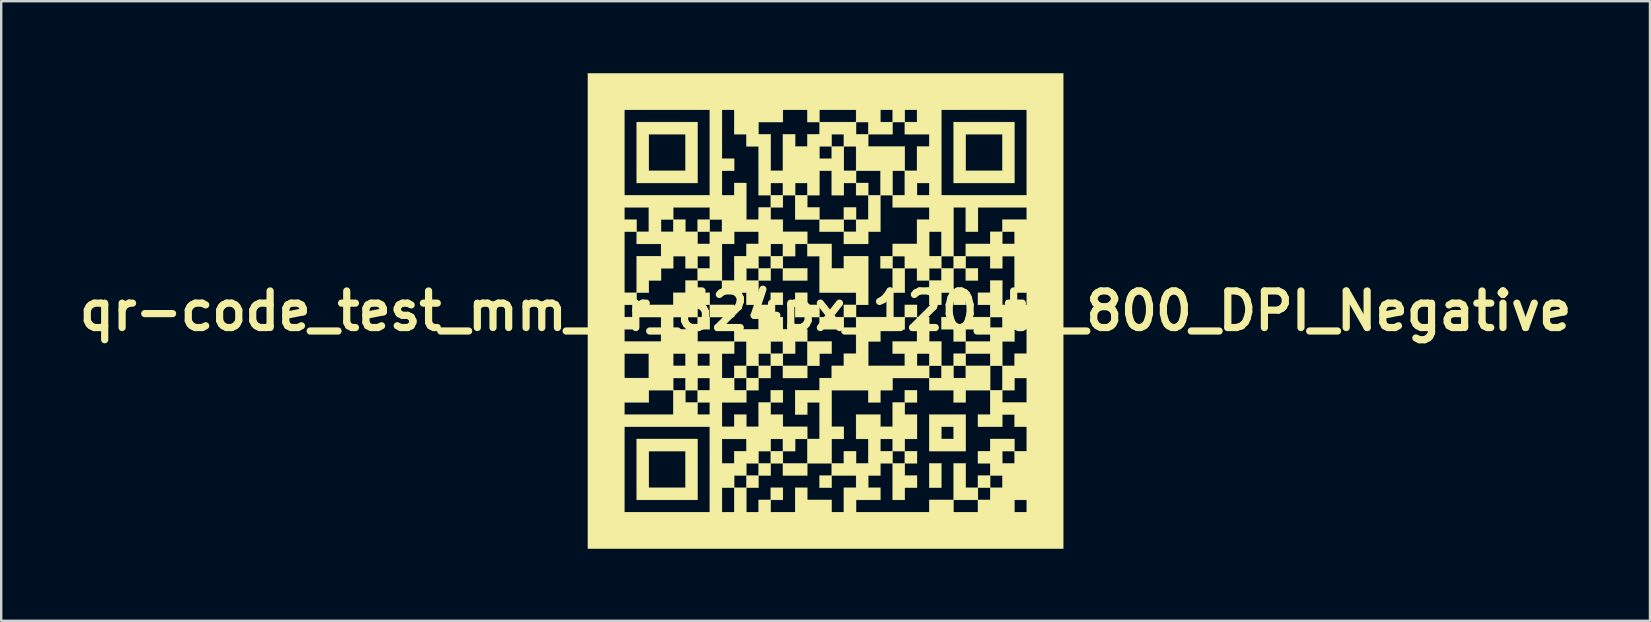
<source format=kicad_pcb>
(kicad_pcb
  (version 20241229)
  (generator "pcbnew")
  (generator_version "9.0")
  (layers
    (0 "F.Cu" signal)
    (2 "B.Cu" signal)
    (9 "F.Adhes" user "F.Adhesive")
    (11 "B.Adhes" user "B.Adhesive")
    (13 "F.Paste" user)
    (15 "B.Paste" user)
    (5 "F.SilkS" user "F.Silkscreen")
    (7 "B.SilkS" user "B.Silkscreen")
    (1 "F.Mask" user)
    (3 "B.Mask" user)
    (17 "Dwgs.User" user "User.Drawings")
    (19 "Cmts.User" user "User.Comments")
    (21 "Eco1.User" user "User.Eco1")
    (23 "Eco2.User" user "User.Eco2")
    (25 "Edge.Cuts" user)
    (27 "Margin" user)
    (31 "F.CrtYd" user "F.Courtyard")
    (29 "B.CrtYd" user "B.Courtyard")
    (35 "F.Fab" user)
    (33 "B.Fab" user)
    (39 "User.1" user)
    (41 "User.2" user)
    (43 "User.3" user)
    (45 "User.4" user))
  (footprint "qr-code_test_mm_qr_624px_120_to_800_DPI_Negative"
    (layer "F.Cu")
    (at 31.358 9.911)
    (property "Reference" "qr-code_test_mm_qr_624px_120_to_800_DPI_Negative" (at 0 0 0) (layer "F.SilkS") (effects (font (size 1.524 1.524) (thickness 0.3))))
    (attr through_hole)
    (fp_poly (pts (xy -4.826 -3.302) (xy -5.334 -3.302) (xy -5.334 -3.81) (xy -4.826 -3.81) (xy -4.826 -3.302)) (stroke (width 0.01) (type solid)) (fill yes) (layer "F.SilkS"))
    (fp_poly (pts (xy -4.826 0.762) (xy -5.334 0.762) (xy -5.334 0.254) (xy -4.826 0.254) (xy -4.826 0.762)) (stroke (width 0.01) (type solid)) (fill yes) (layer "F.SilkS"))
    (fp_poly (pts (xy -3.81 0.254) (xy -4.826 0.254) (xy -4.826 -0.254) (xy -3.81 -0.254) (xy -3.81 0.254)) (stroke (width 0.01) (type solid)) (fill yes) (layer "F.SilkS"))
    (fp_poly (pts (xy -2.794 7.366) (xy -3.302 7.366) (xy -3.302 6.858) (xy -2.794 6.858) (xy -2.794 7.366)) (stroke (width 0.01) (type solid)) (fill yes) (layer "F.SilkS"))
    (fp_poly (pts (xy -2.286 -1.27) (xy -2.794 -1.27) (xy -2.794 -1.778) (xy -2.286 -1.778) (xy -2.286 -1.27)) (stroke (width 0.01) (type solid)) (fill yes) (layer "F.SilkS"))
    (fp_poly (pts (xy -2.286 6.858) (xy -2.794 6.858) (xy -2.794 6.35) (xy -2.286 6.35) (xy -2.286 6.858)) (stroke (width 0.01) (type solid)) (fill yes) (layer "F.SilkS"))
    (fp_poly (pts (xy -1.778 -4.318) (xy -2.286 -4.318) (xy -2.286 -4.826) (xy -1.778 -4.826) (xy -1.778 -4.318)) (stroke (width 0.01) (type solid)) (fill yes) (layer "F.SilkS"))
    (fp_poly (pts (xy -1.778 -1.778) (xy -2.286 -1.778) (xy -2.286 -2.286) (xy -1.778 -2.286) (xy -1.778 -1.778)) (stroke (width 0.01) (type solid)) (fill yes) (layer "F.SilkS"))
    (fp_poly (pts (xy -1.778 -0.254) (xy -2.286 -0.254) (xy -2.286 -0.762) (xy -1.778 -0.762) (xy -1.778 -0.254)) (stroke (width 0.01) (type solid)) (fill yes) (layer "F.SilkS"))
    (fp_poly (pts (xy -1.778 3.81) (xy -2.286 3.81) (xy -2.286 3.302) (xy -1.778 3.302) (xy -1.778 3.81)) (stroke (width 0.01) (type solid)) (fill yes) (layer "F.SilkS"))
    (fp_poly (pts (xy -1.778 6.35) (xy -2.286 6.35) (xy -2.286 5.842) (xy -1.778 5.842) (xy -1.778 6.35)) (stroke (width 0.01) (type solid)) (fill yes) (layer "F.SilkS"))
    (fp_poly (pts (xy -1.778 7.874) (xy -2.286 7.874) (xy -2.286 7.366) (xy -1.778 7.366) (xy -1.778 7.874)) (stroke (width 0.01) (type solid)) (fill yes) (layer "F.SilkS"))
    (fp_poly (pts (xy -0.762 -1.27) (xy -1.778 -1.27) (xy -1.778 -1.778) (xy -0.762 -1.778) (xy -0.762 -1.27)) (stroke (width 0.01) (type solid)) (fill yes) (layer "F.SilkS"))
    (fp_poly (pts (xy -0.762 6.858) (xy -1.778 6.858) (xy -1.778 6.35) (xy -0.762 6.35) (xy -0.762 6.858)) (stroke (width 0.01) (type solid)) (fill yes) (layer "F.SilkS"))
    (fp_poly (pts (xy 0.254 7.366) (xy -0.254 7.366) (xy -0.254 6.858) (xy 0.254 6.858) (xy 0.254 7.366)) (stroke (width 0.01) (type solid)) (fill yes) (layer "F.SilkS"))
    (fp_poly (pts (xy 0.762 0.762) (xy -0.254 0.762) (xy -0.254 0.254) (xy 0.762 0.254) (xy 0.762 0.762)) (stroke (width 0.01) (type solid)) (fill yes) (layer "F.SilkS"))
    (fp_poly (pts (xy 1.27 0.254) (xy 0.762 0.254) (xy 0.762 -0.254) (xy 1.27 -0.254) (xy 1.27 0.254)) (stroke (width 0.01) (type solid)) (fill yes) (layer "F.SilkS"))
    (fp_poly (pts (xy 1.778 -4.826) (xy 1.27 -4.826) (xy 1.27 -5.334) (xy 1.778 -5.334) (xy 1.778 -4.826)) (stroke (width 0.01) (type solid)) (fill yes) (layer "F.SilkS"))
    (fp_poly (pts (xy 2.794 -1.778) (xy 2.286 -1.778) (xy 2.286 -2.286) (xy 2.794 -2.286) (xy 2.794 -1.778)) (stroke (width 0.01) (type solid)) (fill yes) (layer "F.SilkS"))
    (fp_poly (pts (xy 3.302 -0.762) (xy 2.794 -0.762) (xy 2.794 -1.778) (xy 3.302 -1.778) (xy 3.302 -0.762)) (stroke (width 0.01) (type solid)) (fill yes) (layer "F.SilkS"))
    (fp_poly (pts (xy 3.81 3.81) (xy 3.302 3.81) (xy 3.302 3.302) (xy 3.81 3.302) (xy 3.81 3.81)) (stroke (width 0.01) (type solid)) (fill yes) (layer "F.SilkS"))
    (fp_poly (pts (xy 3.81 6.35) (xy 3.302 6.35) (xy 3.302 5.842) (xy 3.81 5.842) (xy 3.81 6.35)) (stroke (width 0.01) (type solid)) (fill yes) (layer "F.SilkS"))
    (fp_poly (pts (xy 4.826 7.366) (xy 4.318 7.366) (xy 4.318 6.35) (xy 4.826 6.35) (xy 4.826 7.366)) (stroke (width 0.01) (type solid)) (fill yes) (layer "F.SilkS"))
    (fp_poly (pts (xy 5.334 0.762) (xy 4.826 0.762) (xy 4.826 0.254) (xy 5.334 0.254) (xy 5.334 0.762)) (stroke (width 0.01) (type solid)) (fill yes) (layer "F.SilkS"))
    (fp_poly (pts (xy 5.842 -1.778) (xy 5.334 -1.778) (xy 5.334 -2.286) (xy 5.842 -2.286) (xy 5.842 -1.778)) (stroke (width 0.01) (type solid)) (fill yes) (layer "F.SilkS"))
    (fp_poly (pts (xy 5.842 -0.254) (xy 5.334 -0.254) (xy 5.334 -0.762) (xy 5.842 -0.762) (xy 5.842 -0.254)) (stroke (width 0.01) (type solid)) (fill yes) (layer "F.SilkS"))
    (fp_poly (pts (xy 5.842 1.27) (xy 5.334 1.27) (xy 5.334 0.762) (xy 5.842 0.762) (xy 5.842 1.27)) (stroke (width 0.01) (type solid)) (fill yes) (layer "F.SilkS"))
    (fp_poly (pts (xy 6.35 -1.27) (xy 5.842 -1.27) (xy 5.842 -1.778) (xy 6.35 -1.778) (xy 6.35 -1.27)) (stroke (width 0.01) (type solid)) (fill yes) (layer "F.SilkS"))
    (fp_poly (pts (xy 6.858 0.762) (xy 5.842 0.762) (xy 5.842 0.254) (xy 6.858 0.254) (xy 6.858 0.762)) (stroke (width 0.01) (type solid)) (fill yes) (layer "F.SilkS"))
    (fp_poly (pts (xy 6.858 7.366) (xy 6.35 7.366) (xy 6.35 6.858) (xy 6.858 6.858) (xy 6.858 7.366)) (stroke (width 0.01) (type solid)) (fill yes) (layer "F.SilkS"))
    (fp_poly (pts (xy -0.762 -4.318) (xy -0.254 -4.318) (xy -0.254 -3.81) (xy -1.27 -3.81) (xy -1.27 -4.826) (xy -0.762 -4.826) (xy -0.762 -4.318)) (stroke (width 0.01) (type solid)) (fill yes) (layer "F.SilkS"))
    (fp_poly (pts (xy -0.762 -0.254) (xy -0.254 -0.254) (xy -0.254 0.254) (xy -1.27 0.254) (xy -1.27 -0.762) (xy -0.762 -0.762) (xy -0.762 -0.254)) (stroke (width 0.01) (type solid)) (fill yes) (layer "F.SilkS"))
    (fp_poly (pts (xy 5.842 7.366) (xy 6.35 7.366) (xy 6.35 7.874) (xy 5.334 7.874) (xy 5.334 6.35) (xy 5.842 6.35) (xy 5.842 7.366)) (stroke (width 0.01) (type solid)) (fill yes) (layer "F.SilkS"))
    (fp_poly (pts (xy 3.302 6.858) (xy 3.81 6.858) (xy 3.81 7.366) (xy 3.302 7.366) (xy 3.302 7.874) (xy 2.794 7.874) (xy 2.794 6.35) (xy 3.302 6.35) (xy 3.302 6.858)) (stroke (width 0.01) (type solid)) (fill yes) (layer "F.SilkS"))
    (fp_poly (pts (xy 5.334 -0.762) (xy 4.826 -0.762) (xy 4.826 -0.254) (xy 4.318 -0.254) (xy 4.318 -1.27) (xy 4.826 -1.27) (xy 4.826 -1.778) (xy 5.334 -1.778) (xy 5.334 -0.762)) (stroke (width 0.01) (type solid)) (fill yes) (layer "F.SilkS"))
    (fp_poly (pts (xy -5.334 -5.334) (xy -7.874 -5.334) (xy -7.874 -7.366) (xy -7.366 -7.366) (xy -7.366 -5.842) (xy -5.842 -5.842) (xy -5.842 -7.366) (xy -7.366 -7.366) (xy -7.874 -7.366) (xy -7.874 -7.874) (xy -5.334 -7.874) (xy -5.334 -5.334)) (stroke (width 0.01) (type solid)) (fill yes) (layer "F.SilkS"))
    (fp_poly (pts (xy -5.334 7.874) (xy -7.874 7.874) (xy -7.874 5.842) (xy -7.366 5.842) (xy -7.366 7.366) (xy -5.842 7.366) (xy -5.842 5.842) (xy -7.366 5.842) (xy -7.874 5.842) (xy -7.874 5.334) (xy -5.334 5.334) (xy -5.334 7.874)) (stroke (width 0.01) (type solid)) (fill yes) (layer "F.SilkS"))
    (fp_poly (pts (xy 5.842 5.842) (xy 4.318 5.842) (xy 4.318 4.826) (xy 4.826 4.826) (xy 4.826 5.334) (xy 5.334 5.334) (xy 5.334 4.826) (xy 4.826 4.826) (xy 4.318 4.826) (xy 4.318 4.318) (xy 5.842 4.318) (xy 5.842 5.842)) (stroke (width 0.01) (type solid)) (fill yes) (layer "F.SilkS"))
    (fp_poly (pts (xy 7.874 -5.334) (xy 5.334 -5.334) (xy 5.334 -7.366) (xy 5.842 -7.366) (xy 5.842 -5.842) (xy 7.366 -5.842) (xy 7.366 -7.366) (xy 5.842 -7.366) (xy 5.334 -7.366) (xy 5.334 -7.874) (xy 7.874 -7.874) (xy 7.874 -5.334)) (stroke (width 0.01) (type solid)) (fill yes) (layer "F.SilkS"))
    (fp_poly (pts (xy 0.254 -1.778) (xy 0.762 -1.778) (xy 0.762 -2.286) (xy 1.778 -2.286) (xy 1.778 -0.254) (xy 1.27 -0.254) (xy 1.27 -0.762) (xy -0.254 -0.762) (xy -0.254 -2.286) (xy -0.762 -2.286) (xy -0.762 -2.794) (xy 0.254 -2.794) (xy 0.254 -1.778)) (stroke (width 0.01) (type solid)) (fill yes) (layer "F.SilkS"))
    (fp_poly (pts (xy 2.286 -3.302) (xy 1.778 -3.302) (xy 1.778 -2.794) (xy 0.762 -2.794) (xy 0.762 -3.302) (xy -0.254 -3.302) (xy -0.254 -3.81) (xy 0.762 -3.81) (xy 0.762 -3.302) (xy 1.27 -3.302) (xy 1.27 -3.81) (xy 0.762 -3.81) (xy 0.762 -4.318) (xy 1.27 -4.318) (xy 1.27 -3.81) (xy 1.778 -3.81) (xy 1.778 -4.826) (xy 2.286 -4.826) (xy 2.286 -3.302)) (stroke (width 0.01) (type solid)) (fill yes) (layer "F.SilkS"))
    (fp_poly (pts (xy 0.254 1.27) (xy 0.254 1.778) (xy -0.254 1.778) (xy -0.254 2.286) (xy -0.762 2.286) (xy -0.762 2.794) (xy -1.778 2.794) (xy -1.778 2.286) (xy -2.286 2.286) (xy -2.286 2.794) (xy -2.794 2.794) (xy -2.794 3.302) (xy -3.302 3.302) (xy -3.302 2.794) (xy -3.81 2.794) (xy -3.81 2.286) (xy -3.302 2.286) (xy -3.302 2.794) (xy -2.794 2.794) (xy -2.794 2.286) (xy -3.302 2.286) (xy -3.302 1.778) (xy -2.794 1.778) (xy -2.794 2.286) (xy -2.286 2.286) (xy -2.286 1.778) (xy -2.794 1.778) (xy -3.302 1.778) (xy -3.302 1.27) (xy -2.286 1.27) (xy -2.286 1.778) (xy -1.778 1.778) (xy -1.778 2.286) (xy -0.762 2.286) (xy -0.762 1.27) (xy -1.27 1.27) (xy -1.27 1.778) (xy -1.778 1.778) (xy -1.778 1.27) (xy -2.286 1.27) (xy -3.302 1.27) (xy -3.81 1.27) (xy -3.81 0.762) (xy -2.794 0.762) (xy -2.794 -0.254) (xy -2.286 -0.254) (xy -2.286 0.254) (xy -1.778 0.254) (xy -1.778 0.762) (xy -0.762 0.762) (xy -0.762 1.27) (xy 0.254 1.27)) (stroke (width 0.01) (type solid)) (fill yes) (layer "F.SilkS"))
    (fp_poly (pts (xy 6.858 2.286) (xy 6.858 3.302) (xy 5.842 3.302) (xy 5.842 3.81) (xy 5.334 3.81) (xy 5.334 3.302) (xy 4.318 3.302) (xy 4.318 2.794) (xy 2.794 2.794) (xy 2.794 3.302) (xy 2.286 3.302) (xy 2.286 3.81) (xy 1.778 3.81) (xy 1.778 3.302) (xy 0.254 3.302) (xy 0.254 4.826) (xy 0.762 4.826) (xy 0.762 5.334) (xy 0.254 5.334) (xy 0.254 6.35) (xy -0.762 6.35) (xy -0.762 5.334) (xy -0.254 5.334) (xy -0.254 3.81) (xy -0.762 3.81) (xy -0.762 4.318) (xy -1.27 4.318) (xy -1.27 3.302) (xy -0.254 3.302) (xy -0.254 2.794) (xy 0.254 2.794) (xy 0.254 2.286) (xy 0.762 2.286) (xy 0.762 1.778) (xy 1.27 1.778) (xy 1.27 1.27) (xy 1.778 1.27) (xy 1.778 2.286) (xy 3.302 2.286) (xy 3.302 1.778) (xy 3.81 1.778) (xy 3.81 2.286) (xy 4.318 2.286) (xy 4.318 2.794) (xy 4.826 2.794) (xy 4.826 2.286) (xy 4.318 2.286) (xy 4.318 1.778) (xy 3.81 1.778) (xy 3.302 1.778) (xy 2.794 1.778) (xy 2.794 1.27) (xy 3.81 1.27) (xy 3.81 0.254) (xy 3.302 0.254) (xy 3.302 0.762) (xy 2.286 0.762) (xy 2.286 1.27) (xy 1.778 1.27) (xy 1.27 1.27) (xy 1.27 0.254) (xy 3.302 0.254) (xy 3.302 -0.254) (xy 3.81 -0.254) (xy 3.81 0.254) (xy 4.318 0.254) (xy 4.318 1.27) (xy 4.826 1.27) (xy 4.826 2.286) (xy 5.334 2.286) (xy 5.334 2.794) (xy 5.842 2.794) (xy 5.842 2.286) (xy 5.334 2.286) (xy 5.334 1.778) (xy 5.842 1.778) (xy 5.842 2.286) (xy 6.858 2.286)) (stroke (width 0.01) (type solid)) (fill yes) (layer "F.SilkS"))
    (fp_poly (pts (xy 9.906 9.906) (xy -9.906 9.906) (xy -9.906 4.826) (xy -8.382 4.826) (xy -8.382 8.382) (xy -4.826 8.382) (xy -4.826 7.366) (xy -4.318 7.366) (xy -4.318 8.382) (xy -3.81 8.382) (xy -3.81 7.366) (xy -4.318 7.366) (xy -4.826 7.366) (xy -4.826 5.334) (xy -4.318 5.334) (xy -4.318 6.35) (xy -3.81 6.35) (xy -3.81 5.842) (xy -3.302 5.842) (xy -3.302 5.334) (xy -4.318 5.334) (xy -4.826 5.334) (xy -4.826 4.826) (xy -8.382 4.826) (xy -9.906 4.826) (xy -9.906 3.81) (xy -8.382 3.81) (xy -8.382 4.318) (xy -6.35 4.318) (xy -6.35 3.302) (xy -7.366 3.302) (xy -7.366 3.81) (xy -8.382 3.81) (xy -9.906 3.81) (xy -9.906 1.778) (xy -8.382 1.778) (xy -8.382 2.794) (xy -7.366 2.794) (xy -6.35 2.794) (xy -6.35 3.302) (xy -5.842 3.302) (xy -5.842 3.81) (xy -5.334 3.81) (xy -5.334 4.318) (xy -4.826 4.318) (xy -4.826 3.81) (xy -5.334 3.81) (xy -5.334 3.302) (xy -5.842 3.302) (xy -5.842 2.794) (xy -5.334 2.794) (xy -5.334 3.302) (xy -4.826 3.302) (xy -4.826 2.794) (xy -5.334 2.794) (xy -5.842 2.794) (xy -6.35 2.794) (xy -7.366 2.794) (xy -7.366 1.778) (xy -6.35 1.778) (xy -6.35 2.286) (xy -5.842 2.286) (xy -5.842 1.778) (xy -5.334 1.778) (xy -5.334 2.286) (xy -4.826 2.286) (xy -4.826 1.778) (xy -5.334 1.778) (xy -5.842 1.778) (xy -6.35 1.778) (xy -7.366 1.778) (xy -8.382 1.778) (xy -9.906 1.778) (xy -9.906 0.762) (xy -8.382 0.762) (xy -8.382 1.27) (xy -6.858 1.27) (xy -6.858 0.254) (xy -6.35 0.254) (xy -6.35 0.762) (xy -5.334 0.762) (xy -5.334 1.27) (xy -3.81 1.27) (xy -3.81 1.778) (xy -4.318 1.778) (xy -4.318 2.794) (xy -3.81 2.794) (xy -3.81 3.302) (xy -3.302 3.302) (xy -3.302 3.81) (xy -4.318 3.81) (xy -4.318 4.826) (xy -3.81 4.826) (xy -3.81 4.318) (xy -3.302 4.318) (xy -3.302 4.826) (xy -2.794 4.826) (xy -2.794 3.81) (xy -2.286 3.81) (xy -2.286 4.318) (xy -1.778 4.318) (xy -1.778 4.826) (xy -0.762 4.826) (xy -0.762 5.334) (xy -1.27 5.334) (xy -1.27 5.842) (xy -1.778 5.842) (xy -1.778 5.334) (xy -2.286 5.334) (xy -2.286 5.842) (xy -2.794 5.842) (xy -2.794 6.35) (xy -3.302 6.35) (xy -3.302 6.858) (xy -3.81 6.858) (xy -3.81 7.366) (xy -3.302 7.366) (xy -3.302 8.382) (xy -2.794 8.382) (xy -2.794 7.874) (xy -2.286 7.874) (xy -2.286 8.382) (xy -1.27 8.382) (xy -1.27 7.366) (xy -0.762 7.366) (xy -0.762 7.874) (xy 0.254 7.874) (xy 0.254 8.382) (xy 0.762 8.382) (xy 0.762 7.366) (xy 1.27 7.366) (xy 1.27 6.858) (xy 0.254 6.858) (xy 0.254 6.35) (xy 0.762 6.35) (xy 0.762 5.842) (xy 1.27 5.842) (xy 1.27 6.35) (xy 1.778 6.35) (xy 1.778 5.334) (xy 2.286 5.334) (xy 2.286 5.842) (xy 2.794 5.842) (xy 2.794 5.334) (xy 2.286 5.334) (xy 1.778 5.334) (xy 1.27 5.334) (xy 1.27 4.318) (xy 2.286 4.318) (xy 2.286 4.826) (xy 2.794 4.826) (xy 2.794 3.81) (xy 3.302 3.81) (xy 3.302 4.318) (xy 3.81 4.318) (xy 3.81 5.334) (xy 3.302 5.334) (xy 3.302 5.842) (xy 2.794 5.842) (xy 2.794 6.35) (xy 2.286 6.35) (xy 2.286 6.858) (xy 1.778 6.858) (xy 1.778 7.366) (xy 2.286 7.366) (xy 2.286 7.874) (xy 1.27 7.874) (xy 1.27 8.382) (xy 4.318 8.382) (xy 4.318 7.874) (xy 5.334 7.874) (xy 5.334 8.382) (xy 6.35 8.382) (xy 6.35 7.874) (xy 6.858 7.874) (xy 7.874 7.874) (xy 7.874 8.382) (xy 8.382 8.382) (xy 8.382 7.874) (xy 7.874 7.874) (xy 6.858 7.874) (xy 6.858 7.366) (xy 7.366 7.366) (xy 7.366 6.858) (xy 6.858 6.858) (xy 6.858 6.35) (xy 6.35 6.35) (xy 6.35 5.842) (xy 6.858 5.842) (xy 7.366 5.842) (xy 7.366 6.35) (xy 7.874 6.35) (xy 7.874 5.842) (xy 7.366 5.842) (xy 6.858 5.842) (xy 6.858 5.334) (xy 7.874 5.334) (xy 7.874 5.842) (xy 8.382 5.842) (xy 8.382 4.826) (xy 7.874 4.826) (xy 7.874 4.318) (xy 7.366 4.318) (xy 7.366 4.826) (xy 6.35 4.826) (xy 6.35 4.318) (xy 6.858 4.318) (xy 6.858 3.302) (xy 7.366 3.302) (xy 7.366 3.81) (xy 8.382 3.81) (xy 8.382 2.794) (xy 7.874 2.794) (xy 7.874 3.302) (xy 7.366 3.302) (xy 7.366 2.286) (xy 6.858 2.286) (xy 6.858 1.778) (xy 5.842 1.778) (xy 5.842 1.27) (xy 6.858 1.27) (xy 7.366 1.27) (xy 7.366 2.286) (xy 7.874 2.286) (xy 7.874 1.778) (xy 8.382 1.778) (xy 8.382 0.762) (xy 7.874 0.762) (xy 7.874 1.27) (xy 7.366 1.27) (xy 6.858 1.27) (xy 6.858 0.762) (xy 7.366 0.762) (xy 7.366 0.254) (xy 6.858 0.254) (xy 6.858 -0.254) (xy 6.35 -0.254) (xy 6.35 -0.762) (xy 6.858 -0.762) (xy 6.858 -1.27) (xy 7.366 -1.27) (xy 7.366 -0.254) (xy 8.382 -0.254) (xy 8.382 -0.762) (xy 7.874 -0.762) (xy 7.874 -2.286) (xy 7.366 -2.286) (xy 7.366 -1.778) (xy 6.858 -1.778) (xy 6.858 -2.286) (xy 5.842 -2.286) (xy 5.842 -2.794) (xy 6.858 -2.794) (xy 6.858 -3.302) (xy 7.366 -3.302) (xy 7.366 -2.794) (xy 7.874 -2.794) (xy 7.874 -3.302) (xy 7.366 -3.302) (xy 7.366 -3.81) (xy 8.382 -3.81) (xy 8.382 -4.318) (xy 6.35 -4.318) (xy 6.35 -3.302) (xy 5.842 -3.302) (xy 5.842 -4.318) (xy 5.334 -4.318) (xy 5.334 -2.286) (xy 4.826 -2.286) (xy 4.826 -1.778) (xy 4.318 -1.778) (xy 4.318 -1.27) (xy 3.81 -1.27) (xy 3.81 -1.778) (xy 3.302 -1.778) (xy 3.302 -2.286) (xy 2.794 -2.286) (xy 2.794 -2.794) (xy 3.81 -2.794) (xy 3.81 -3.302) (xy 4.318 -3.302) (xy 4.318 -2.286) (xy 4.826 -2.286) (xy 4.826 -3.302) (xy 4.318 -3.302) (xy 3.81 -3.302) (xy 3.81 -3.81) (xy 4.318 -3.81) (xy 4.318 -4.318) (xy 2.794 -4.318) (xy 2.794 -4.826) (xy 2.286 -4.826) (xy 2.286 -5.842) (xy 2.794 -5.842) (xy 2.794 -4.826) (xy 3.302 -4.826) (xy 3.302 -5.334) (xy 3.81 -5.334) (xy 3.81 -4.826) (xy 4.318 -4.826) (xy 4.318 -5.334) (xy 3.81 -5.334) (xy 3.302 -5.334) (xy 3.302 -5.842) (xy 2.794 -5.842) (xy 2.286 -5.842) (xy 1.27 -5.842) (xy 1.27 -5.334) (xy 0.762 -5.334) (xy 0.762 -4.826) (xy 0.254 -4.826) (xy 0.254 -5.842) (xy -0.254 -5.842) (xy -0.254 -4.826) (xy -0.762 -4.826) (xy -0.762 -5.334) (xy -1.27 -5.334) (xy -1.27 -4.826) (xy -1.778 -4.826) (xy -1.778 -5.334) (xy -2.286 -5.334) (xy -2.286 -4.826) (xy -2.794 -4.826) (xy -2.794 -6.858) (xy -3.302 -6.858) (xy -3.302 -7.366) (xy -3.81 -7.366) (xy -3.81 -7.874) (xy -2.794 -7.874) (xy -2.794 -7.366) (xy -2.286 -7.366) (xy -2.286 -5.842) (xy -1.778 -5.842) (xy -1.778 -7.366) (xy -1.27 -7.366) (xy -1.27 -6.858) (xy -0.762 -6.858) (xy -0.254 -6.858) (xy -0.254 -6.35) (xy 0.254 -6.35) (xy 0.254 -6.858) (xy -0.254 -6.858) (xy -0.762 -6.858) (xy -0.762 -7.366) (xy -0.254 -7.366) (xy 0.254 -7.366) (xy 0.254 -6.858) (xy 0.762 -6.858) (xy 0.762 -5.842) (xy 1.27 -5.842) (xy 1.27 -6.858) (xy 0.762 -6.858) (xy 0.762 -7.366) (xy 0.254 -7.366) (xy -0.254 -7.366) (xy -0.254 -7.874) (xy -0.762 -7.874) (xy -0.762 -8.382) (xy -0.254 -8.382) (xy -0.254 -7.874) (xy 1.27 -7.874) (xy 1.27 -7.366) (xy 1.778 -7.366) (xy 1.778 -6.858) (xy 3.302 -6.858) (xy 3.302 -5.842) (xy 3.81 -5.842) (xy 3.81 -6.858) (xy 4.318 -6.858) (xy 4.318 -7.366) (xy 3.302 -7.366) (xy 3.302 -7.874) (xy 2.794 -7.874) (xy 2.794 -7.366) (xy 1.778 -7.366) (xy 1.778 -7.874) (xy 1.27 -7.874) (xy 1.27 -8.382) (xy 2.286 -8.382) (xy 2.286 -7.874) (xy 2.794 -7.874) (xy 2.794 -8.382) (xy 3.302 -8.382) (xy 3.302 -7.874) (xy 3.81 -7.874) (xy 3.81 -8.382) (xy 4.826 -8.382) (xy 4.826 -4.826) (xy 8.382 -4.826) (xy 8.382 -8.382) (xy 4.826 -8.382) (xy 3.81 -8.382) (xy 3.302 -8.382) (xy 2.794 -8.382) (xy 2.286 -8.382) (xy 1.27 -8.382) (xy -0.254 -8.382) (xy -0.762 -8.382) (xy -1.778 -8.382) (xy -1.778 -7.874) (xy -2.794 -7.874) (xy -3.81 -7.874) (xy -3.81 -8.382) (xy -4.318 -8.382) (xy -4.318 -6.35) (xy -3.81 -6.35) (xy -3.81 -5.842) (xy -4.318 -5.842) (xy -4.318 -4.826) (xy -3.81 -4.826) (xy -3.81 -5.334) (xy -3.302 -5.334) (xy -3.302 -3.81) (xy -2.794 -3.81) (xy -2.794 -4.318) (xy -2.286 -4.318) (xy -2.286 -3.81) (xy -1.778 -3.81) (xy -1.778 -3.302) (xy -0.762 -3.302) (xy -0.762 -2.794) (xy -1.27 -2.794) (xy -1.27 -2.286) (xy -1.778 -2.286) (xy -1.778 -2.794) (xy -2.286 -2.794) (xy -2.286 -2.286) (xy -2.794 -2.286) (xy -2.794 -1.778) (xy -3.302 -1.778) (xy -3.302 -1.27) (xy -2.794 -1.27) (xy -2.794 -0.254) (xy -3.302 -0.254) (xy -3.302 -0.762) (xy -4.318 -0.762) (xy -4.318 -1.27) (xy -5.334 -1.27) (xy -5.334 -0.762) (xy -4.826 -0.762) (xy -4.826 -0.254) (xy -5.334 -0.254) (xy -5.334 0.254) (xy -6.35 0.254) (xy -6.858 0.254) (xy -7.874 0.254) (xy -7.874 0.762) (xy -8.382 0.762) (xy -9.906 0.762) (xy -9.906 -0.254) (xy -8.382 -0.254) (xy -8.382 0.254) (xy -7.874 0.254) (xy -7.874 -0.254) (xy -8.382 -0.254) (xy -9.906 -0.254) (xy -9.906 -3.302) (xy -8.382 -3.302) (xy -8.382 -0.762) (xy -7.874 -0.762) (xy -7.874 -0.254) (xy -6.35 -0.254) (xy -6.35 -0.762) (xy -5.842 -0.762) (xy -5.842 -1.27) (xy -5.334 -1.27) (xy -5.334 -1.778) (xy -5.842 -1.778) (xy -5.842 -2.286) (xy -5.334 -2.286) (xy -5.334 -1.778) (xy -4.826 -1.778) (xy -4.826 -2.286) (xy -5.334 -2.286) (xy -5.842 -2.286) (xy -6.35 -2.286) (xy -6.35 -1.778) (xy -6.858 -1.778) (xy -6.858 -1.27) (xy -7.366 -1.27) (xy -7.366 -0.762) (xy -7.874 -0.762) (xy -7.874 -2.286) (xy -6.858 -2.286) (xy -6.858 -2.794) (xy -7.874 -2.794) (xy -7.874 -3.302) (xy -8.382 -3.302) (xy -9.906 -3.302) (xy -9.906 -4.318) (xy -8.382 -4.318) (xy -8.382 -3.81) (xy -7.874 -3.81) (xy -7.874 -3.302) (xy -7.366 -3.302) (xy -7.366 -3.81) (xy -6.858 -3.81) (xy -6.858 -3.302) (xy -6.35 -3.302) (xy -6.35 -3.81) (xy -6.858 -3.81) (xy -7.366 -3.81) (xy -7.366 -4.318) (xy -6.35 -4.318) (xy -6.35 -3.81) (xy -5.842 -3.81) (xy -5.842 -3.302) (xy -5.334 -3.302) (xy -5.334 -2.794) (xy -4.826 -2.794) (xy -4.318 -2.794) (xy -4.318 -1.27) (xy -3.81 -1.27) (xy -3.81 -2.286) (xy -3.302 -2.286) (xy -3.302 -2.794) (xy -2.794 -2.794) (xy -2.794 -3.302) (xy -3.81 -3.302) (xy -3.81 -2.794) (xy -4.318 -2.794) (xy -4.826 -2.794) (xy -4.826 -3.302) (xy -4.318 -3.302) (xy -4.318 -3.81) (xy -4.826 -3.81) (xy -4.826 -4.318) (xy -6.35 -4.318) (xy -7.366 -4.318) (xy -8.382 -4.318) (xy -9.906 -4.318) (xy -9.906 -8.382) (xy -8.382 -8.382) (xy -8.382 -4.826) (xy -4.826 -4.826) (xy -4.826 -8.382) (xy -8.382 -8.382) (xy -9.906 -8.382) (xy -9.906 -9.906) (xy 9.906 -9.906) (xy 9.906 9.906)) (stroke (width 0.01) (type solid)) (fill yes) (layer "F.SilkS")))
  (gr_rect
    (start -3 -3)
    (end 65.716 22.822)
    (stroke (width 0.1) (type default))
    (fill no)
    (layer "Edge.Cuts")))
</source>
